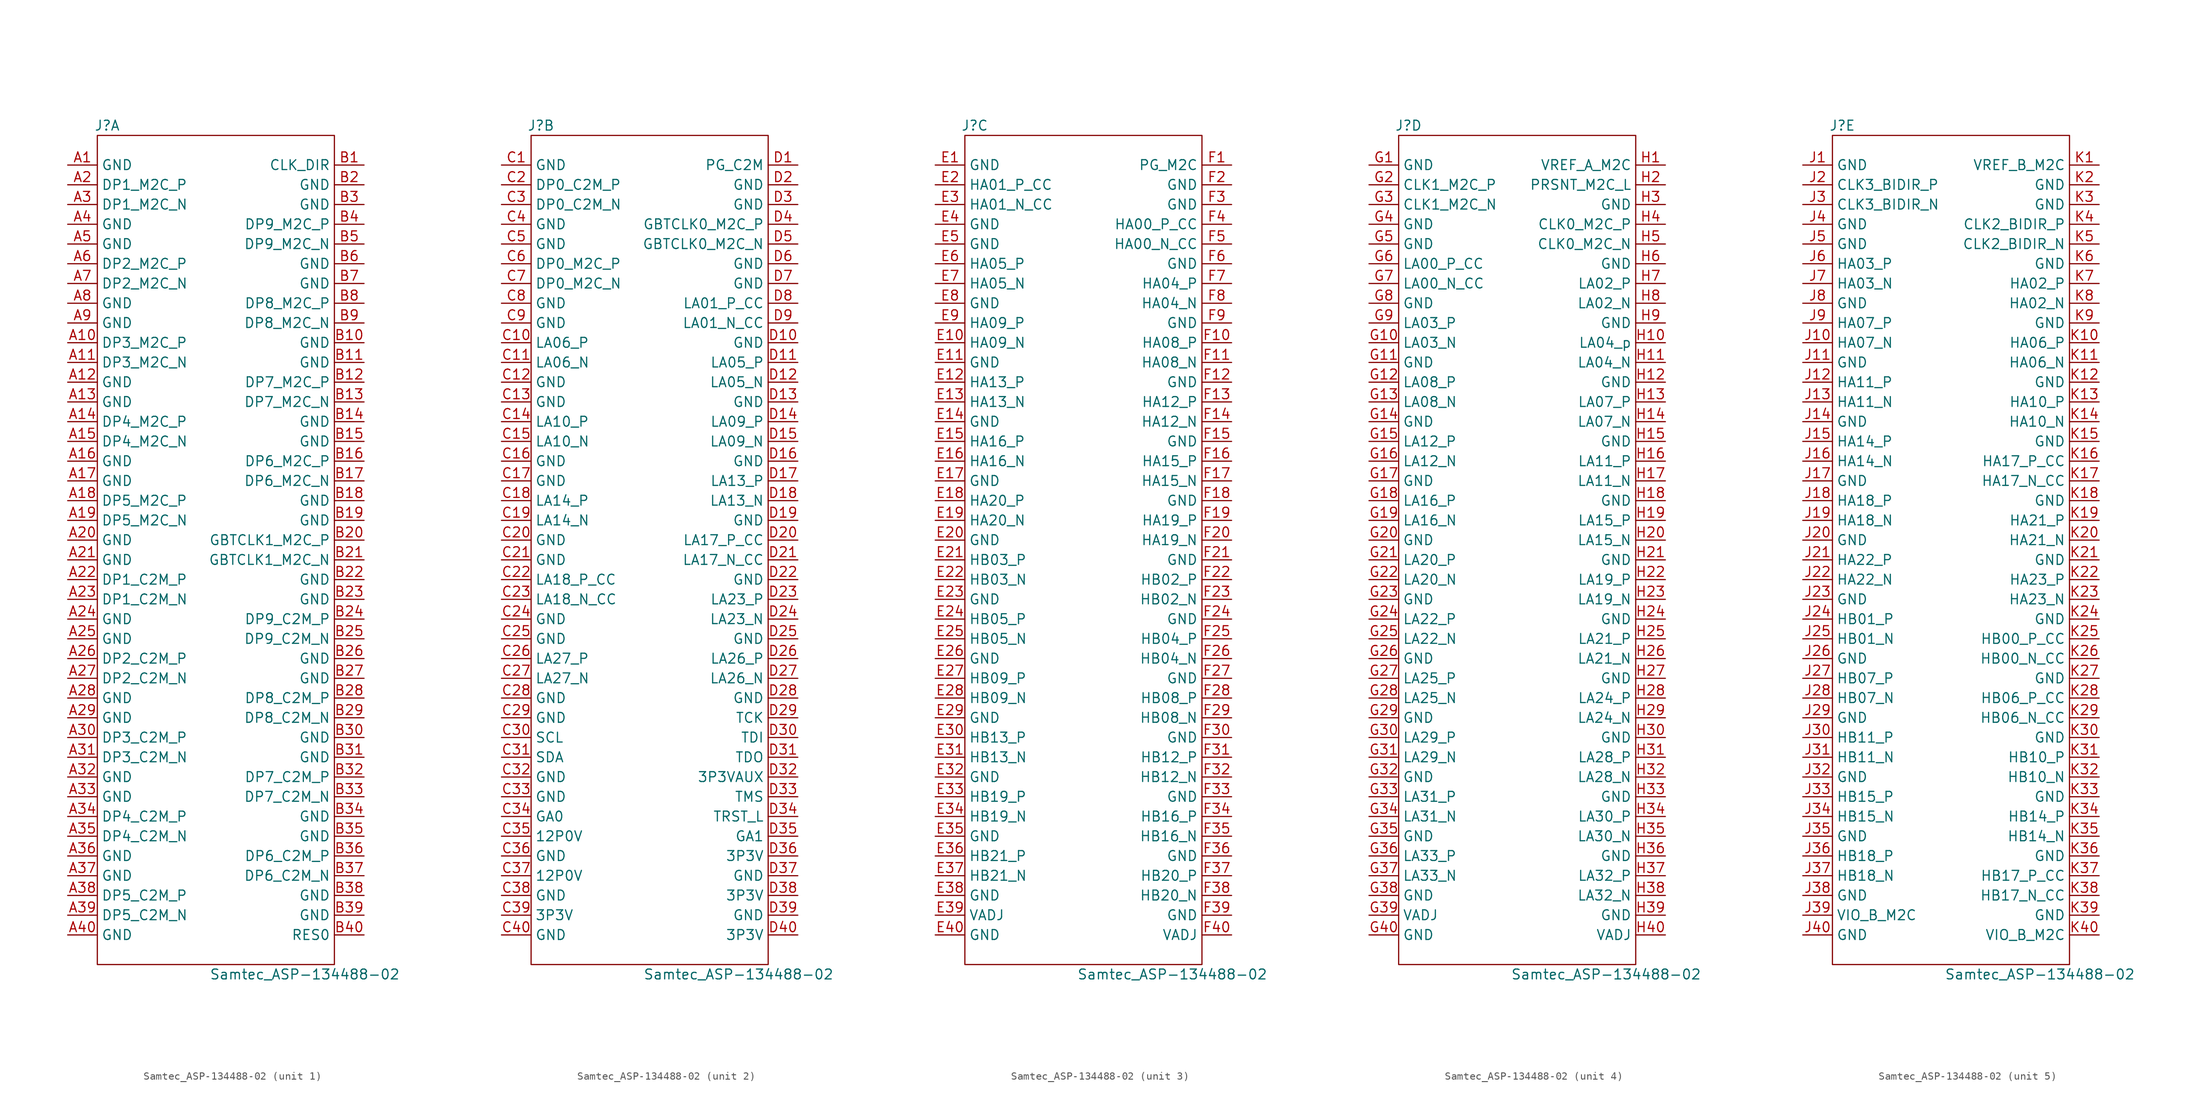
<source format=kicad_sym>
(kicad_symbol_lib
  (version 20211014)
  (generator kicad_symbol_editor)
  (symbol "Samtec_ASP-134488-02"
    (property "Reference" "J"
      (at -13.97 54.61 0)
      (effects (font (size 1.27 1.27))))
    (property "Value" "Samtec_ASP-134488-02"
      (at 11.43 -54.61 0)
      (effects (font (size 1.27 1.27))))
    (property "ki_locked" ""
      (at 0 0 0)
      (effects (font (size 1.27 1.27))))
    (symbol "Samtec_ASP-134488-02_0_1"
      (rectangle (start -15.24 53.34) (end 15.24 -53.34) (stroke (width 0) (type default) (color 0 0 0 0)) (fill (type none))))
    (symbol "Samtec_ASP-134488-02_1_1"
      (pin passive line (at -19.05 49.53 0) (length 3.81) (name "GND" (effects (font (size 1.27 1.27)))) (number "A1" (effects (font (size 1.27 1.27)))))
      (pin passive line (at -19.05 26.67 0) (length 3.81) (name "DP3_M2C_P" (effects (font (size 1.27 1.27)))) (number "A10" (effects (font (size 1.27 1.27)))))
      (pin passive line (at -19.05 24.13 0) (length 3.81) (name "DP3_M2C_N" (effects (font (size 1.27 1.27)))) (number "A11" (effects (font (size 1.27 1.27)))))
      (pin passive line (at -19.05 21.59 0) (length 3.81) (name "GND" (effects (font (size 1.27 1.27)))) (number "A12" (effects (font (size 1.27 1.27)))))
      (pin passive line (at -19.05 19.05 0) (length 3.81) (name "GND" (effects (font (size 1.27 1.27)))) (number "A13" (effects (font (size 1.27 1.27)))))
      (pin passive line (at -19.05 16.51 0) (length 3.81) (name "DP4_M2C_P" (effects (font (size 1.27 1.27)))) (number "A14" (effects (font (size 1.27 1.27)))))
      (pin passive line (at -19.05 13.97 0) (length 3.81) (name "DP4_M2C_N" (effects (font (size 1.27 1.27)))) (number "A15" (effects (font (size 1.27 1.27)))))
      (pin passive line (at -19.05 11.43 0) (length 3.81) (name "GND" (effects (font (size 1.27 1.27)))) (number "A16" (effects (font (size 1.27 1.27)))))
      (pin passive line (at -19.05 8.89 0) (length 3.81) (name "GND" (effects (font (size 1.27 1.27)))) (number "A17" (effects (font (size 1.27 1.27)))))
      (pin passive line (at -19.05 6.35 0) (length 3.81) (name "DP5_M2C_P" (effects (font (size 1.27 1.27)))) (number "A18" (effects (font (size 1.27 1.27)))))
      (pin passive line (at -19.05 3.81 0) (length 3.81) (name "DP5_M2C_N" (effects (font (size 1.27 1.27)))) (number "A19" (effects (font (size 1.27 1.27)))))
      (pin passive line (at -19.05 46.99 0) (length 3.81) (name "DP1_M2C_P" (effects (font (size 1.27 1.27)))) (number "A2" (effects (font (size 1.27 1.27)))))
      (pin passive line (at -19.05 1.27 0) (length 3.81) (name "GND" (effects (font (size 1.27 1.27)))) (number "A20" (effects (font (size 1.27 1.27)))))
      (pin passive line (at -19.05 -1.27 0) (length 3.81) (name "GND" (effects (font (size 1.27 1.27)))) (number "A21" (effects (font (size 1.27 1.27)))))
      (pin passive line (at -19.05 -3.81 0) (length 3.81) (name "DP1_C2M_P" (effects (font (size 1.27 1.27)))) (number "A22" (effects (font (size 1.27 1.27)))))
      (pin passive line (at -19.05 -6.35 0) (length 3.81) (name "DP1_C2M_N" (effects (font (size 1.27 1.27)))) (number "A23" (effects (font (size 1.27 1.27)))))
      (pin passive line (at -19.05 -8.89 0) (length 3.81) (name "GND" (effects (font (size 1.27 1.27)))) (number "A24" (effects (font (size 1.27 1.27)))))
      (pin passive line (at -19.05 -11.43 0) (length 3.81) (name "GND" (effects (font (size 1.27 1.27)))) (number "A25" (effects (font (size 1.27 1.27)))))
      (pin passive line (at -19.05 -13.97 0) (length 3.81) (name "DP2_C2M_P" (effects (font (size 1.27 1.27)))) (number "A26" (effects (font (size 1.27 1.27)))))
      (pin passive line (at -19.05 -16.51 0) (length 3.81) (name "DP2_C2M_N" (effects (font (size 1.27 1.27)))) (number "A27" (effects (font (size 1.27 1.27)))))
      (pin passive line (at -19.05 -19.05 0) (length 3.81) (name "GND" (effects (font (size 1.27 1.27)))) (number "A28" (effects (font (size 1.27 1.27)))))
      (pin passive line (at -19.05 -21.59 0) (length 3.81) (name "GND" (effects (font (size 1.27 1.27)))) (number "A29" (effects (font (size 1.27 1.27)))))
      (pin passive line (at -19.05 44.45 0) (length 3.81) (name "DP1_M2C_N" (effects (font (size 1.27 1.27)))) (number "A3" (effects (font (size 1.27 1.27)))))
      (pin passive line (at -19.05 -24.13 0) (length 3.81) (name "DP3_C2M_P" (effects (font (size 1.27 1.27)))) (number "A30" (effects (font (size 1.27 1.27)))))
      (pin passive line (at -19.05 -26.67 0) (length 3.81) (name "DP3_C2M_N" (effects (font (size 1.27 1.27)))) (number "A31" (effects (font (size 1.27 1.27)))))
      (pin passive line (at -19.05 -29.21 0) (length 3.81) (name "GND" (effects (font (size 1.27 1.27)))) (number "A32" (effects (font (size 1.27 1.27)))))
      (pin passive line (at -19.05 -31.75 0) (length 3.81) (name "GND" (effects (font (size 1.27 1.27)))) (number "A33" (effects (font (size 1.27 1.27)))))
      (pin passive line (at -19.05 -34.29 0) (length 3.81) (name "DP4_C2M_P" (effects (font (size 1.27 1.27)))) (number "A34" (effects (font (size 1.27 1.27)))))
      (pin passive line (at -19.05 -36.83 0) (length 3.81) (name "DP4_C2M_N" (effects (font (size 1.27 1.27)))) (number "A35" (effects (font (size 1.27 1.27)))))
      (pin passive line (at -19.05 -39.37 0) (length 3.81) (name "GND" (effects (font (size 1.27 1.27)))) (number "A36" (effects (font (size 1.27 1.27)))))
      (pin passive line (at -19.05 -41.91 0) (length 3.81) (name "GND" (effects (font (size 1.27 1.27)))) (number "A37" (effects (font (size 1.27 1.27)))))
      (pin passive line (at -19.05 -44.45 0) (length 3.81) (name "DP5_C2M_P" (effects (font (size 1.27 1.27)))) (number "A38" (effects (font (size 1.27 1.27)))))
      (pin passive line (at -19.05 -46.99 0) (length 3.81) (name "DP5_C2M_N" (effects (font (size 1.27 1.27)))) (number "A39" (effects (font (size 1.27 1.27)))))
      (pin passive line (at -19.05 41.91 0) (length 3.81) (name "GND" (effects (font (size 1.27 1.27)))) (number "A4" (effects (font (size 1.27 1.27)))))
      (pin passive line (at -19.05 -49.53 0) (length 3.81) (name "GND" (effects (font (size 1.27 1.27)))) (number "A40" (effects (font (size 1.27 1.27)))))
      (pin passive line (at -19.05 39.37 0) (length 3.81) (name "GND" (effects (font (size 1.27 1.27)))) (number "A5" (effects (font (size 1.27 1.27)))))
      (pin passive line (at -19.05 36.83 0) (length 3.81) (name "DP2_M2C_P" (effects (font (size 1.27 1.27)))) (number "A6" (effects (font (size 1.27 1.27)))))
      (pin passive line (at -19.05 34.29 0) (length 3.81) (name "DP2_M2C_N" (effects (font (size 1.27 1.27)))) (number "A7" (effects (font (size 1.27 1.27)))))
      (pin passive line (at -19.05 31.75 0) (length 3.81) (name "GND" (effects (font (size 1.27 1.27)))) (number "A8" (effects (font (size 1.27 1.27)))))
      (pin passive line (at -19.05 29.21 0) (length 3.81) (name "GND" (effects (font (size 1.27 1.27)))) (number "A9" (effects (font (size 1.27 1.27)))))
      (pin passive line (at 19.05 49.53 180) (length 3.81) (name "CLK_DIR" (effects (font (size 1.27 1.27)))) (number "B1" (effects (font (size 1.27 1.27)))))
      (pin passive line (at 19.05 26.67 180) (length 3.81) (name "GND" (effects (font (size 1.27 1.27)))) (number "B10" (effects (font (size 1.27 1.27)))))
      (pin passive line (at 19.05 24.13 180) (length 3.81) (name "GND" (effects (font (size 1.27 1.27)))) (number "B11" (effects (font (size 1.27 1.27)))))
      (pin passive line (at 19.05 21.59 180) (length 3.81) (name "DP7_M2C_P" (effects (font (size 1.27 1.27)))) (number "B12" (effects (font (size 1.27 1.27)))))
      (pin passive line (at 19.05 19.05 180) (length 3.81) (name "DP7_M2C_N" (effects (font (size 1.27 1.27)))) (number "B13" (effects (font (size 1.27 1.27)))))
      (pin passive line (at 19.05 16.51 180) (length 3.81) (name "GND" (effects (font (size 1.27 1.27)))) (number "B14" (effects (font (size 1.27 1.27)))))
      (pin passive line (at 19.05 13.97 180) (length 3.81) (name "GND" (effects (font (size 1.27 1.27)))) (number "B15" (effects (font (size 1.27 1.27)))))
      (pin passive line (at 19.05 11.43 180) (length 3.81) (name "DP6_M2C_P" (effects (font (size 1.27 1.27)))) (number "B16" (effects (font (size 1.27 1.27)))))
      (pin passive line (at 19.05 8.89 180) (length 3.81) (name "DP6_M2C_N" (effects (font (size 1.27 1.27)))) (number "B17" (effects (font (size 1.27 1.27)))))
      (pin passive line (at 19.05 6.35 180) (length 3.81) (name "GND" (effects (font (size 1.27 1.27)))) (number "B18" (effects (font (size 1.27 1.27)))))
      (pin passive line (at 19.05 3.81 180) (length 3.81) (name "GND" (effects (font (size 1.27 1.27)))) (number "B19" (effects (font (size 1.27 1.27)))))
      (pin passive line (at 19.05 46.99 180) (length 3.81) (name "GND" (effects (font (size 1.27 1.27)))) (number "B2" (effects (font (size 1.27 1.27)))))
      (pin passive line (at 19.05 1.27 180) (length 3.81) (name "GBTCLK1_M2C_P" (effects (font (size 1.27 1.27)))) (number "B20" (effects (font (size 1.27 1.27)))))
      (pin passive line (at 19.05 -1.27 180) (length 3.81) (name "GBTCLK1_M2C_N" (effects (font (size 1.27 1.27)))) (number "B21" (effects (font (size 1.27 1.27)))))
      (pin passive line (at 19.05 -3.81 180) (length 3.81) (name "GND" (effects (font (size 1.27 1.27)))) (number "B22" (effects (font (size 1.27 1.27)))))
      (pin passive line (at 19.05 -6.35 180) (length 3.81) (name "GND" (effects (font (size 1.27 1.27)))) (number "B23" (effects (font (size 1.27 1.27)))))
      (pin passive line (at 19.05 -8.89 180) (length 3.81) (name "DP9_C2M_P" (effects (font (size 1.27 1.27)))) (number "B24" (effects (font (size 1.27 1.27)))))
      (pin passive line (at 19.05 -11.43 180) (length 3.81) (name "DP9_C2M_N" (effects (font (size 1.27 1.27)))) (number "B25" (effects (font (size 1.27 1.27)))))
      (pin passive line (at 19.05 -13.97 180) (length 3.81) (name "GND" (effects (font (size 1.27 1.27)))) (number "B26" (effects (font (size 1.27 1.27)))))
      (pin passive line (at 19.05 -16.51 180) (length 3.81) (name "GND" (effects (font (size 1.27 1.27)))) (number "B27" (effects (font (size 1.27 1.27)))))
      (pin passive line (at 19.05 -19.05 180) (length 3.81) (name "DP8_C2M_P" (effects (font (size 1.27 1.27)))) (number "B28" (effects (font (size 1.27 1.27)))))
      (pin passive line (at 19.05 -21.59 180) (length 3.81) (name "DP8_C2M_N" (effects (font (size 1.27 1.27)))) (number "B29" (effects (font (size 1.27 1.27)))))
      (pin passive line (at 19.05 44.45 180) (length 3.81) (name "GND" (effects (font (size 1.27 1.27)))) (number "B3" (effects (font (size 1.27 1.27)))))
      (pin passive line (at 19.05 -24.13 180) (length 3.81) (name "GND" (effects (font (size 1.27 1.27)))) (number "B30" (effects (font (size 1.27 1.27)))))
      (pin passive line (at 19.05 -26.67 180) (length 3.81) (name "GND" (effects (font (size 1.27 1.27)))) (number "B31" (effects (font (size 1.27 1.27)))))
      (pin passive line (at 19.05 -29.21 180) (length 3.81) (name "DP7_C2M_P" (effects (font (size 1.27 1.27)))) (number "B32" (effects (font (size 1.27 1.27)))))
      (pin passive line (at 19.05 -31.75 180) (length 3.81) (name "DP7_C2M_N" (effects (font (size 1.27 1.27)))) (number "B33" (effects (font (size 1.27 1.27)))))
      (pin passive line (at 19.05 -34.29 180) (length 3.81) (name "GND" (effects (font (size 1.27 1.27)))) (number "B34" (effects (font (size 1.27 1.27)))))
      (pin passive line (at 19.05 -36.83 180) (length 3.81) (name "GND" (effects (font (size 1.27 1.27)))) (number "B35" (effects (font (size 1.27 1.27)))))
      (pin passive line (at 19.05 -39.37 180) (length 3.81) (name "DP6_C2M_P" (effects (font (size 1.27 1.27)))) (number "B36" (effects (font (size 1.27 1.27)))))
      (pin passive line (at 19.05 -41.91 180) (length 3.81) (name "DP6_C2M_N" (effects (font (size 1.27 1.27)))) (number "B37" (effects (font (size 1.27 1.27)))))
      (pin passive line (at 19.05 -44.45 180) (length 3.81) (name "GND" (effects (font (size 1.27 1.27)))) (number "B38" (effects (font (size 1.27 1.27)))))
      (pin passive line (at 19.05 -46.99 180) (length 3.81) (name "GND" (effects (font (size 1.27 1.27)))) (number "B39" (effects (font (size 1.27 1.27)))))
      (pin passive line (at 19.05 41.91 180) (length 3.81) (name "DP9_M2C_P" (effects (font (size 1.27 1.27)))) (number "B4" (effects (font (size 1.27 1.27)))))
      (pin passive line (at 19.05 -49.53 180) (length 3.81) (name "RES0" (effects (font (size 1.27 1.27)))) (number "B40" (effects (font (size 1.27 1.27)))))
      (pin passive line (at 19.05 39.37 180) (length 3.81) (name "DP9_M2C_N" (effects (font (size 1.27 1.27)))) (number "B5" (effects (font (size 1.27 1.27)))))
      (pin passive line (at 19.05 36.83 180) (length 3.81) (name "GND" (effects (font (size 1.27 1.27)))) (number "B6" (effects (font (size 1.27 1.27)))))
      (pin passive line (at 19.05 34.29 180) (length 3.81) (name "GND" (effects (font (size 1.27 1.27)))) (number "B7" (effects (font (size 1.27 1.27)))))
      (pin passive line (at 19.05 31.75 180) (length 3.81) (name "DP8_M2C_P" (effects (font (size 1.27 1.27)))) (number "B8" (effects (font (size 1.27 1.27)))))
      (pin passive line (at 19.05 29.21 180) (length 3.81) (name "DP8_M2C_N" (effects (font (size 1.27 1.27)))) (number "B9" (effects (font (size 1.27 1.27))))))
    (symbol "Samtec_ASP-134488-02_2_1"
      (pin passive line (at -19.05 49.53 0) (length 3.81) (name "GND" (effects (font (size 1.27 1.27)))) (number "C1" (effects (font (size 1.27 1.27)))))
      (pin passive line (at -19.05 26.67 0) (length 3.81) (name "LA06_P" (effects (font (size 1.27 1.27)))) (number "C10" (effects (font (size 1.27 1.27)))))
      (pin passive line (at -19.05 24.13 0) (length 3.81) (name "LA06_N" (effects (font (size 1.27 1.27)))) (number "C11" (effects (font (size 1.27 1.27)))))
      (pin passive line (at -19.05 21.59 0) (length 3.81) (name "GND" (effects (font (size 1.27 1.27)))) (number "C12" (effects (font (size 1.27 1.27)))))
      (pin passive line (at -19.05 19.05 0) (length 3.81) (name "GND" (effects (font (size 1.27 1.27)))) (number "C13" (effects (font (size 1.27 1.27)))))
      (pin passive line (at -19.05 16.51 0) (length 3.81) (name "LA10_P" (effects (font (size 1.27 1.27)))) (number "C14" (effects (font (size 1.27 1.27)))))
      (pin passive line (at -19.05 13.97 0) (length 3.81) (name "LA10_N" (effects (font (size 1.27 1.27)))) (number "C15" (effects (font (size 1.27 1.27)))))
      (pin passive line (at -19.05 11.43 0) (length 3.81) (name "GND" (effects (font (size 1.27 1.27)))) (number "C16" (effects (font (size 1.27 1.27)))))
      (pin passive line (at -19.05 8.89 0) (length 3.81) (name "GND" (effects (font (size 1.27 1.27)))) (number "C17" (effects (font (size 1.27 1.27)))))
      (pin passive line (at -19.05 6.35 0) (length 3.81) (name "LA14_P" (effects (font (size 1.27 1.27)))) (number "C18" (effects (font (size 1.27 1.27)))))
      (pin passive line (at -19.05 3.81 0) (length 3.81) (name "LA14_N" (effects (font (size 1.27 1.27)))) (number "C19" (effects (font (size 1.27 1.27)))))
      (pin passive line (at -19.05 46.99 0) (length 3.81) (name "DP0_C2M_P" (effects (font (size 1.27 1.27)))) (number "C2" (effects (font (size 1.27 1.27)))))
      (pin passive line (at -19.05 1.27 0) (length 3.81) (name "GND" (effects (font (size 1.27 1.27)))) (number "C20" (effects (font (size 1.27 1.27)))))
      (pin passive line (at -19.05 -1.27 0) (length 3.81) (name "GND" (effects (font (size 1.27 1.27)))) (number "C21" (effects (font (size 1.27 1.27)))))
      (pin passive line (at -19.05 -3.81 0) (length 3.81) (name "LA18_P_CC" (effects (font (size 1.27 1.27)))) (number "C22" (effects (font (size 1.27 1.27)))))
      (pin passive line (at -19.05 -6.35 0) (length 3.81) (name "LA18_N_CC" (effects (font (size 1.27 1.27)))) (number "C23" (effects (font (size 1.27 1.27)))))
      (pin passive line (at -19.05 -8.89 0) (length 3.81) (name "GND" (effects (font (size 1.27 1.27)))) (number "C24" (effects (font (size 1.27 1.27)))))
      (pin passive line (at -19.05 -11.43 0) (length 3.81) (name "GND" (effects (font (size 1.27 1.27)))) (number "C25" (effects (font (size 1.27 1.27)))))
      (pin passive line (at -19.05 -13.97 0) (length 3.81) (name "LA27_P" (effects (font (size 1.27 1.27)))) (number "C26" (effects (font (size 1.27 1.27)))))
      (pin passive line (at -19.05 -16.51 0) (length 3.81) (name "LA27_N" (effects (font (size 1.27 1.27)))) (number "C27" (effects (font (size 1.27 1.27)))))
      (pin passive line (at -19.05 -19.05 0) (length 3.81) (name "GND" (effects (font (size 1.27 1.27)))) (number "C28" (effects (font (size 1.27 1.27)))))
      (pin passive line (at -19.05 -21.59 0) (length 3.81) (name "GND" (effects (font (size 1.27 1.27)))) (number "C29" (effects (font (size 1.27 1.27)))))
      (pin passive line (at -19.05 44.45 0) (length 3.81) (name "DP0_C2M_N" (effects (font (size 1.27 1.27)))) (number "C3" (effects (font (size 1.27 1.27)))))
      (pin passive line (at -19.05 -24.13 0) (length 3.81) (name "SCL" (effects (font (size 1.27 1.27)))) (number "C30" (effects (font (size 1.27 1.27)))))
      (pin passive line (at -19.05 -26.67 0) (length 3.81) (name "SDA" (effects (font (size 1.27 1.27)))) (number "C31" (effects (font (size 1.27 1.27)))))
      (pin passive line (at -19.05 -29.21 0) (length 3.81) (name "GND" (effects (font (size 1.27 1.27)))) (number "C32" (effects (font (size 1.27 1.27)))))
      (pin passive line (at -19.05 -31.75 0) (length 3.81) (name "GND" (effects (font (size 1.27 1.27)))) (number "C33" (effects (font (size 1.27 1.27)))))
      (pin passive line (at -19.05 -34.29 0) (length 3.81) (name "GA0" (effects (font (size 1.27 1.27)))) (number "C34" (effects (font (size 1.27 1.27)))))
      (pin passive line (at -19.05 -36.83 0) (length 3.81) (name "12P0V" (effects (font (size 1.27 1.27)))) (number "C35" (effects (font (size 1.27 1.27)))))
      (pin passive line (at -19.05 -39.37 0) (length 3.81) (name "GND" (effects (font (size 1.27 1.27)))) (number "C36" (effects (font (size 1.27 1.27)))))
      (pin passive line (at -19.05 -41.91 0) (length 3.81) (name "12P0V" (effects (font (size 1.27 1.27)))) (number "C37" (effects (font (size 1.27 1.27)))))
      (pin passive line (at -19.05 -44.45 0) (length 3.81) (name "GND" (effects (font (size 1.27 1.27)))) (number "C38" (effects (font (size 1.27 1.27)))))
      (pin passive line (at -19.05 -46.99 0) (length 3.81) (name "3P3V" (effects (font (size 1.27 1.27)))) (number "C39" (effects (font (size 1.27 1.27)))))
      (pin passive line (at -19.05 41.91 0) (length 3.81) (name "GND" (effects (font (size 1.27 1.27)))) (number "C4" (effects (font (size 1.27 1.27)))))
      (pin passive line (at -19.05 -49.53 0) (length 3.81) (name "GND" (effects (font (size 1.27 1.27)))) (number "C40" (effects (font (size 1.27 1.27)))))
      (pin passive line (at -19.05 39.37 0) (length 3.81) (name "GND" (effects (font (size 1.27 1.27)))) (number "C5" (effects (font (size 1.27 1.27)))))
      (pin passive line (at -19.05 36.83 0) (length 3.81) (name "DP0_M2C_P" (effects (font (size 1.27 1.27)))) (number "C6" (effects (font (size 1.27 1.27)))))
      (pin passive line (at -19.05 34.29 0) (length 3.81) (name "DP0_M2C_N" (effects (font (size 1.27 1.27)))) (number "C7" (effects (font (size 1.27 1.27)))))
      (pin passive line (at -19.05 31.75 0) (length 3.81) (name "GND" (effects (font (size 1.27 1.27)))) (number "C8" (effects (font (size 1.27 1.27)))))
      (pin passive line (at -19.05 29.21 0) (length 3.81) (name "GND" (effects (font (size 1.27 1.27)))) (number "C9" (effects (font (size 1.27 1.27)))))
      (pin passive line (at 19.05 49.53 180) (length 3.81) (name "PG_C2M" (effects (font (size 1.27 1.27)))) (number "D1" (effects (font (size 1.27 1.27)))))
      (pin passive line (at 19.05 26.67 180) (length 3.81) (name "GND" (effects (font (size 1.27 1.27)))) (number "D10" (effects (font (size 1.27 1.27)))))
      (pin passive line (at 19.05 24.13 180) (length 3.81) (name "LA05_P" (effects (font (size 1.27 1.27)))) (number "D11" (effects (font (size 1.27 1.27)))))
      (pin passive line (at 19.05 21.59 180) (length 3.81) (name "LA05_N" (effects (font (size 1.27 1.27)))) (number "D12" (effects (font (size 1.27 1.27)))))
      (pin passive line (at 19.05 19.05 180) (length 3.81) (name "GND" (effects (font (size 1.27 1.27)))) (number "D13" (effects (font (size 1.27 1.27)))))
      (pin passive line (at 19.05 16.51 180) (length 3.81) (name "LA09_P" (effects (font (size 1.27 1.27)))) (number "D14" (effects (font (size 1.27 1.27)))))
      (pin passive line (at 19.05 13.97 180) (length 3.81) (name "LA09_N" (effects (font (size 1.27 1.27)))) (number "D15" (effects (font (size 1.27 1.27)))))
      (pin passive line (at 19.05 11.43 180) (length 3.81) (name "GND" (effects (font (size 1.27 1.27)))) (number "D16" (effects (font (size 1.27 1.27)))))
      (pin passive line (at 19.05 8.89 180) (length 3.81) (name "LA13_P" (effects (font (size 1.27 1.27)))) (number "D17" (effects (font (size 1.27 1.27)))))
      (pin passive line (at 19.05 6.35 180) (length 3.81) (name "LA13_N" (effects (font (size 1.27 1.27)))) (number "D18" (effects (font (size 1.27 1.27)))))
      (pin passive line (at 19.05 3.81 180) (length 3.81) (name "GND" (effects (font (size 1.27 1.27)))) (number "D19" (effects (font (size 1.27 1.27)))))
      (pin passive line (at 19.05 46.99 180) (length 3.81) (name "GND" (effects (font (size 1.27 1.27)))) (number "D2" (effects (font (size 1.27 1.27)))))
      (pin passive line (at 19.05 1.27 180) (length 3.81) (name "LA17_P_CC" (effects (font (size 1.27 1.27)))) (number "D20" (effects (font (size 1.27 1.27)))))
      (pin passive line (at 19.05 -1.27 180) (length 3.81) (name "LA17_N_CC" (effects (font (size 1.27 1.27)))) (number "D21" (effects (font (size 1.27 1.27)))))
      (pin passive line (at 19.05 -3.81 180) (length 3.81) (name "GND" (effects (font (size 1.27 1.27)))) (number "D22" (effects (font (size 1.27 1.27)))))
      (pin passive line (at 19.05 -6.35 180) (length 3.81) (name "LA23_P" (effects (font (size 1.27 1.27)))) (number "D23" (effects (font (size 1.27 1.27)))))
      (pin passive line (at 19.05 -8.89 180) (length 3.81) (name "LA23_N" (effects (font (size 1.27 1.27)))) (number "D24" (effects (font (size 1.27 1.27)))))
      (pin passive line (at 19.05 -11.43 180) (length 3.81) (name "GND" (effects (font (size 1.27 1.27)))) (number "D25" (effects (font (size 1.27 1.27)))))
      (pin passive line (at 19.05 -13.97 180) (length 3.81) (name "LA26_P" (effects (font (size 1.27 1.27)))) (number "D26" (effects (font (size 1.27 1.27)))))
      (pin passive line (at 19.05 -16.51 180) (length 3.81) (name "LA26_N" (effects (font (size 1.27 1.27)))) (number "D27" (effects (font (size 1.27 1.27)))))
      (pin passive line (at 19.05 -19.05 180) (length 3.81) (name "GND" (effects (font (size 1.27 1.27)))) (number "D28" (effects (font (size 1.27 1.27)))))
      (pin passive line (at 19.05 -21.59 180) (length 3.81) (name "TCK" (effects (font (size 1.27 1.27)))) (number "D29" (effects (font (size 1.27 1.27)))))
      (pin passive line (at 19.05 44.45 180) (length 3.81) (name "GND" (effects (font (size 1.27 1.27)))) (number "D3" (effects (font (size 1.27 1.27)))))
      (pin passive line (at 19.05 -24.13 180) (length 3.81) (name "TDI" (effects (font (size 1.27 1.27)))) (number "D30" (effects (font (size 1.27 1.27)))))
      (pin passive line (at 19.05 -26.67 180) (length 3.81) (name "TDO" (effects (font (size 1.27 1.27)))) (number "D31" (effects (font (size 1.27 1.27)))))
      (pin passive line (at 19.05 -29.21 180) (length 3.81) (name "3P3VAUX" (effects (font (size 1.27 1.27)))) (number "D32" (effects (font (size 1.27 1.27)))))
      (pin passive line (at 19.05 -31.75 180) (length 3.81) (name "TMS" (effects (font (size 1.27 1.27)))) (number "D33" (effects (font (size 1.27 1.27)))))
      (pin passive line (at 19.05 -34.29 180) (length 3.81) (name "TRST_L" (effects (font (size 1.27 1.27)))) (number "D34" (effects (font (size 1.27 1.27)))))
      (pin passive line (at 19.05 -36.83 180) (length 3.81) (name "GA1" (effects (font (size 1.27 1.27)))) (number "D35" (effects (font (size 1.27 1.27)))))
      (pin passive line (at 19.05 -39.37 180) (length 3.81) (name "3P3V" (effects (font (size 1.27 1.27)))) (number "D36" (effects (font (size 1.27 1.27)))))
      (pin passive line (at 19.05 -41.91 180) (length 3.81) (name "GND" (effects (font (size 1.27 1.27)))) (number "D37" (effects (font (size 1.27 1.27)))))
      (pin passive line (at 19.05 -44.45 180) (length 3.81) (name "3P3V" (effects (font (size 1.27 1.27)))) (number "D38" (effects (font (size 1.27 1.27)))))
      (pin passive line (at 19.05 -46.99 180) (length 3.81) (name "GND" (effects (font (size 1.27 1.27)))) (number "D39" (effects (font (size 1.27 1.27)))))
      (pin passive line (at 19.05 41.91 180) (length 3.81) (name "GBTCLK0_M2C_P" (effects (font (size 1.27 1.27)))) (number "D4" (effects (font (size 1.27 1.27)))))
      (pin passive line (at 19.05 -49.53 180) (length 3.81) (name "3P3V" (effects (font (size 1.27 1.27)))) (number "D40" (effects (font (size 1.27 1.27)))))
      (pin passive line (at 19.05 39.37 180) (length 3.81) (name "GBTCLK0_M2C_N" (effects (font (size 1.27 1.27)))) (number "D5" (effects (font (size 1.27 1.27)))))
      (pin passive line (at 19.05 36.83 180) (length 3.81) (name "GND" (effects (font (size 1.27 1.27)))) (number "D6" (effects (font (size 1.27 1.27)))))
      (pin passive line (at 19.05 34.29 180) (length 3.81) (name "GND" (effects (font (size 1.27 1.27)))) (number "D7" (effects (font (size 1.27 1.27)))))
      (pin passive line (at 19.05 31.75 180) (length 3.81) (name "LA01_P_CC" (effects (font (size 1.27 1.27)))) (number "D8" (effects (font (size 1.27 1.27)))))
      (pin passive line (at 19.05 29.21 180) (length 3.81) (name "LA01_N_CC" (effects (font (size 1.27 1.27)))) (number "D9" (effects (font (size 1.27 1.27))))))
    (symbol "Samtec_ASP-134488-02_3_1"
      (pin passive line (at -19.05 49.53 0) (length 3.81) (name "GND" (effects (font (size 1.27 1.27)))) (number "E1" (effects (font (size 1.27 1.27)))))
      (pin passive line (at -19.05 26.67 0) (length 3.81) (name "HA09_N" (effects (font (size 1.27 1.27)))) (number "E10" (effects (font (size 1.27 1.27)))))
      (pin passive line (at -19.05 24.13 0) (length 3.81) (name "GND" (effects (font (size 1.27 1.27)))) (number "E11" (effects (font (size 1.27 1.27)))))
      (pin passive line (at -19.05 21.59 0) (length 3.81) (name "HA13_P" (effects (font (size 1.27 1.27)))) (number "E12" (effects (font (size 1.27 1.27)))))
      (pin passive line (at -19.05 19.05 0) (length 3.81) (name "HA13_N" (effects (font (size 1.27 1.27)))) (number "E13" (effects (font (size 1.27 1.27)))))
      (pin passive line (at -19.05 16.51 0) (length 3.81) (name "GND" (effects (font (size 1.27 1.27)))) (number "E14" (effects (font (size 1.27 1.27)))))
      (pin passive line (at -19.05 13.97 0) (length 3.81) (name "HA16_P" (effects (font (size 1.27 1.27)))) (number "E15" (effects (font (size 1.27 1.27)))))
      (pin passive line (at -19.05 11.43 0) (length 3.81) (name "HA16_N" (effects (font (size 1.27 1.27)))) (number "E16" (effects (font (size 1.27 1.27)))))
      (pin passive line (at -19.05 8.89 0) (length 3.81) (name "GND" (effects (font (size 1.27 1.27)))) (number "E17" (effects (font (size 1.27 1.27)))))
      (pin passive line (at -19.05 6.35 0) (length 3.81) (name "HA20_P" (effects (font (size 1.27 1.27)))) (number "E18" (effects (font (size 1.27 1.27)))))
      (pin passive line (at -19.05 3.81 0) (length 3.81) (name "HA20_N" (effects (font (size 1.27 1.27)))) (number "E19" (effects (font (size 1.27 1.27)))))
      (pin passive line (at -19.05 46.99 0) (length 3.81) (name "HA01_P_CC" (effects (font (size 1.27 1.27)))) (number "E2" (effects (font (size 1.27 1.27)))))
      (pin passive line (at -19.05 1.27 0) (length 3.81) (name "GND" (effects (font (size 1.27 1.27)))) (number "E20" (effects (font (size 1.27 1.27)))))
      (pin passive line (at -19.05 -1.27 0) (length 3.81) (name "HB03_P" (effects (font (size 1.27 1.27)))) (number "E21" (effects (font (size 1.27 1.27)))))
      (pin passive line (at -19.05 -3.81 0) (length 3.81) (name "HB03_N" (effects (font (size 1.27 1.27)))) (number "E22" (effects (font (size 1.27 1.27)))))
      (pin passive line (at -19.05 -6.35 0) (length 3.81) (name "GND" (effects (font (size 1.27 1.27)))) (number "E23" (effects (font (size 1.27 1.27)))))
      (pin passive line (at -19.05 -8.89 0) (length 3.81) (name "HB05_P" (effects (font (size 1.27 1.27)))) (number "E24" (effects (font (size 1.27 1.27)))))
      (pin passive line (at -19.05 -11.43 0) (length 3.81) (name "HB05_N" (effects (font (size 1.27 1.27)))) (number "E25" (effects (font (size 1.27 1.27)))))
      (pin passive line (at -19.05 -13.97 0) (length 3.81) (name "GND" (effects (font (size 1.27 1.27)))) (number "E26" (effects (font (size 1.27 1.27)))))
      (pin passive line (at -19.05 -16.51 0) (length 3.81) (name "HB09_P" (effects (font (size 1.27 1.27)))) (number "E27" (effects (font (size 1.27 1.27)))))
      (pin passive line (at -19.05 -19.05 0) (length 3.81) (name "HB09_N" (effects (font (size 1.27 1.27)))) (number "E28" (effects (font (size 1.27 1.27)))))
      (pin passive line (at -19.05 -21.59 0) (length 3.81) (name "GND" (effects (font (size 1.27 1.27)))) (number "E29" (effects (font (size 1.27 1.27)))))
      (pin passive line (at -19.05 44.45 0) (length 3.81) (name "HA01_N_CC" (effects (font (size 1.27 1.27)))) (number "E3" (effects (font (size 1.27 1.27)))))
      (pin passive line (at -19.05 -24.13 0) (length 3.81) (name "HB13_P" (effects (font (size 1.27 1.27)))) (number "E30" (effects (font (size 1.27 1.27)))))
      (pin passive line (at -19.05 -26.67 0) (length 3.81) (name "HB13_N" (effects (font (size 1.27 1.27)))) (number "E31" (effects (font (size 1.27 1.27)))))
      (pin passive line (at -19.05 -29.21 0) (length 3.81) (name "GND" (effects (font (size 1.27 1.27)))) (number "E32" (effects (font (size 1.27 1.27)))))
      (pin passive line (at -19.05 -31.75 0) (length 3.81) (name "HB19_P" (effects (font (size 1.27 1.27)))) (number "E33" (effects (font (size 1.27 1.27)))))
      (pin passive line (at -19.05 -34.29 0) (length 3.81) (name "HB19_N" (effects (font (size 1.27 1.27)))) (number "E34" (effects (font (size 1.27 1.27)))))
      (pin passive line (at -19.05 -36.83 0) (length 3.81) (name "GND" (effects (font (size 1.27 1.27)))) (number "E35" (effects (font (size 1.27 1.27)))))
      (pin passive line (at -19.05 -39.37 0) (length 3.81) (name "HB21_P" (effects (font (size 1.27 1.27)))) (number "E36" (effects (font (size 1.27 1.27)))))
      (pin passive line (at -19.05 -41.91 0) (length 3.81) (name "HB21_N" (effects (font (size 1.27 1.27)))) (number "E37" (effects (font (size 1.27 1.27)))))
      (pin passive line (at -19.05 -44.45 0) (length 3.81) (name "GND" (effects (font (size 1.27 1.27)))) (number "E38" (effects (font (size 1.27 1.27)))))
      (pin passive line (at -19.05 -46.99 0) (length 3.81) (name "VADJ" (effects (font (size 1.27 1.27)))) (number "E39" (effects (font (size 1.27 1.27)))))
      (pin passive line (at -19.05 41.91 0) (length 3.81) (name "GND" (effects (font (size 1.27 1.27)))) (number "E4" (effects (font (size 1.27 1.27)))))
      (pin passive line (at -19.05 -49.53 0) (length 3.81) (name "GND" (effects (font (size 1.27 1.27)))) (number "E40" (effects (font (size 1.27 1.27)))))
      (pin passive line (at -19.05 39.37 0) (length 3.81) (name "GND" (effects (font (size 1.27 1.27)))) (number "E5" (effects (font (size 1.27 1.27)))))
      (pin passive line (at -19.05 36.83 0) (length 3.81) (name "HA05_P" (effects (font (size 1.27 1.27)))) (number "E6" (effects (font (size 1.27 1.27)))))
      (pin passive line (at -19.05 34.29 0) (length 3.81) (name "HA05_N" (effects (font (size 1.27 1.27)))) (number "E7" (effects (font (size 1.27 1.27)))))
      (pin passive line (at -19.05 31.75 0) (length 3.81) (name "GND" (effects (font (size 1.27 1.27)))) (number "E8" (effects (font (size 1.27 1.27)))))
      (pin passive line (at -19.05 29.21 0) (length 3.81) (name "HA09_P" (effects (font (size 1.27 1.27)))) (number "E9" (effects (font (size 1.27 1.27)))))
      (pin passive line (at 19.05 49.53 180) (length 3.81) (name "PG_M2C" (effects (font (size 1.27 1.27)))) (number "F1" (effects (font (size 1.27 1.27)))))
      (pin passive line (at 19.05 26.67 180) (length 3.81) (name "HA08_P" (effects (font (size 1.27 1.27)))) (number "F10" (effects (font (size 1.27 1.27)))))
      (pin passive line (at 19.05 24.13 180) (length 3.81) (name "HA08_N" (effects (font (size 1.27 1.27)))) (number "F11" (effects (font (size 1.27 1.27)))))
      (pin passive line (at 19.05 21.59 180) (length 3.81) (name "GND" (effects (font (size 1.27 1.27)))) (number "F12" (effects (font (size 1.27 1.27)))))
      (pin passive line (at 19.05 19.05 180) (length 3.81) (name "HA12_P" (effects (font (size 1.27 1.27)))) (number "F13" (effects (font (size 1.27 1.27)))))
      (pin passive line (at 19.05 16.51 180) (length 3.81) (name "HA12_N" (effects (font (size 1.27 1.27)))) (number "F14" (effects (font (size 1.27 1.27)))))
      (pin passive line (at 19.05 13.97 180) (length 3.81) (name "GND" (effects (font (size 1.27 1.27)))) (number "F15" (effects (font (size 1.27 1.27)))))
      (pin passive line (at 19.05 11.43 180) (length 3.81) (name "HA15_P" (effects (font (size 1.27 1.27)))) (number "F16" (effects (font (size 1.27 1.27)))))
      (pin passive line (at 19.05 8.89 180) (length 3.81) (name "HA15_N" (effects (font (size 1.27 1.27)))) (number "F17" (effects (font (size 1.27 1.27)))))
      (pin passive line (at 19.05 6.35 180) (length 3.81) (name "GND" (effects (font (size 1.27 1.27)))) (number "F18" (effects (font (size 1.27 1.27)))))
      (pin passive line (at 19.05 3.81 180) (length 3.81) (name "HA19_P" (effects (font (size 1.27 1.27)))) (number "F19" (effects (font (size 1.27 1.27)))))
      (pin passive line (at 19.05 46.99 180) (length 3.81) (name "GND" (effects (font (size 1.27 1.27)))) (number "F2" (effects (font (size 1.27 1.27)))))
      (pin passive line (at 19.05 1.27 180) (length 3.81) (name "HA19_N" (effects (font (size 1.27 1.27)))) (number "F20" (effects (font (size 1.27 1.27)))))
      (pin passive line (at 19.05 -1.27 180) (length 3.81) (name "GND" (effects (font (size 1.27 1.27)))) (number "F21" (effects (font (size 1.27 1.27)))))
      (pin passive line (at 19.05 -3.81 180) (length 3.81) (name "HB02_P" (effects (font (size 1.27 1.27)))) (number "F22" (effects (font (size 1.27 1.27)))))
      (pin passive line (at 19.05 -6.35 180) (length 3.81) (name "HB02_N" (effects (font (size 1.27 1.27)))) (number "F23" (effects (font (size 1.27 1.27)))))
      (pin passive line (at 19.05 -8.89 180) (length 3.81) (name "GND" (effects (font (size 1.27 1.27)))) (number "F24" (effects (font (size 1.27 1.27)))))
      (pin passive line (at 19.05 -11.43 180) (length 3.81) (name "HB04_P" (effects (font (size 1.27 1.27)))) (number "F25" (effects (font (size 1.27 1.27)))))
      (pin passive line (at 19.05 -13.97 180) (length 3.81) (name "HB04_N" (effects (font (size 1.27 1.27)))) (number "F26" (effects (font (size 1.27 1.27)))))
      (pin passive line (at 19.05 -16.51 180) (length 3.81) (name "GND" (effects (font (size 1.27 1.27)))) (number "F27" (effects (font (size 1.27 1.27)))))
      (pin passive line (at 19.05 -19.05 180) (length 3.81) (name "HB08_P" (effects (font (size 1.27 1.27)))) (number "F28" (effects (font (size 1.27 1.27)))))
      (pin passive line (at 19.05 -21.59 180) (length 3.81) (name "HB08_N" (effects (font (size 1.27 1.27)))) (number "F29" (effects (font (size 1.27 1.27)))))
      (pin passive line (at 19.05 44.45 180) (length 3.81) (name "GND" (effects (font (size 1.27 1.27)))) (number "F3" (effects (font (size 1.27 1.27)))))
      (pin passive line (at 19.05 -24.13 180) (length 3.81) (name "GND" (effects (font (size 1.27 1.27)))) (number "F30" (effects (font (size 1.27 1.27)))))
      (pin passive line (at 19.05 -26.67 180) (length 3.81) (name "HB12_P" (effects (font (size 1.27 1.27)))) (number "F31" (effects (font (size 1.27 1.27)))))
      (pin passive line (at 19.05 -29.21 180) (length 3.81) (name "HB12_N" (effects (font (size 1.27 1.27)))) (number "F32" (effects (font (size 1.27 1.27)))))
      (pin passive line (at 19.05 -31.75 180) (length 3.81) (name "GND" (effects (font (size 1.27 1.27)))) (number "F33" (effects (font (size 1.27 1.27)))))
      (pin passive line (at 19.05 -34.29 180) (length 3.81) (name "HB16_P" (effects (font (size 1.27 1.27)))) (number "F34" (effects (font (size 1.27 1.27)))))
      (pin passive line (at 19.05 -36.83 180) (length 3.81) (name "HB16_N" (effects (font (size 1.27 1.27)))) (number "F35" (effects (font (size 1.27 1.27)))))
      (pin passive line (at 19.05 -39.37 180) (length 3.81) (name "GND" (effects (font (size 1.27 1.27)))) (number "F36" (effects (font (size 1.27 1.27)))))
      (pin passive line (at 19.05 -41.91 180) (length 3.81) (name "HB20_P" (effects (font (size 1.27 1.27)))) (number "F37" (effects (font (size 1.27 1.27)))))
      (pin passive line (at 19.05 -44.45 180) (length 3.81) (name "HB20_N" (effects (font (size 1.27 1.27)))) (number "F38" (effects (font (size 1.27 1.27)))))
      (pin passive line (at 19.05 -46.99 180) (length 3.81) (name "GND" (effects (font (size 1.27 1.27)))) (number "F39" (effects (font (size 1.27 1.27)))))
      (pin passive line (at 19.05 41.91 180) (length 3.81) (name "HA00_P_CC" (effects (font (size 1.27 1.27)))) (number "F4" (effects (font (size 1.27 1.27)))))
      (pin passive line (at 19.05 -49.53 180) (length 3.81) (name "VADJ" (effects (font (size 1.27 1.27)))) (number "F40" (effects (font (size 1.27 1.27)))))
      (pin passive line (at 19.05 39.37 180) (length 3.81) (name "HA00_N_CC" (effects (font (size 1.27 1.27)))) (number "F5" (effects (font (size 1.27 1.27)))))
      (pin passive line (at 19.05 36.83 180) (length 3.81) (name "GND" (effects (font (size 1.27 1.27)))) (number "F6" (effects (font (size 1.27 1.27)))))
      (pin passive line (at 19.05 34.29 180) (length 3.81) (name "HA04_P" (effects (font (size 1.27 1.27)))) (number "F7" (effects (font (size 1.27 1.27)))))
      (pin passive line (at 19.05 31.75 180) (length 3.81) (name "HA04_N" (effects (font (size 1.27 1.27)))) (number "F8" (effects (font (size 1.27 1.27)))))
      (pin passive line (at 19.05 29.21 180) (length 3.81) (name "GND" (effects (font (size 1.27 1.27)))) (number "F9" (effects (font (size 1.27 1.27))))))
    (symbol "Samtec_ASP-134488-02_4_1"
      (pin passive line (at -19.05 49.53 0) (length 3.81) (name "GND" (effects (font (size 1.27 1.27)))) (number "G1" (effects (font (size 1.27 1.27)))))
      (pin passive line (at -19.05 26.67 0) (length 3.81) (name "LA03_N" (effects (font (size 1.27 1.27)))) (number "G10" (effects (font (size 1.27 1.27)))))
      (pin passive line (at -19.05 24.13 0) (length 3.81) (name "GND" (effects (font (size 1.27 1.27)))) (number "G11" (effects (font (size 1.27 1.27)))))
      (pin passive line (at -19.05 21.59 0) (length 3.81) (name "LA08_P" (effects (font (size 1.27 1.27)))) (number "G12" (effects (font (size 1.27 1.27)))))
      (pin passive line (at -19.05 19.05 0) (length 3.81) (name "LA08_N" (effects (font (size 1.27 1.27)))) (number "G13" (effects (font (size 1.27 1.27)))))
      (pin passive line (at -19.05 16.51 0) (length 3.81) (name "GND" (effects (font (size 1.27 1.27)))) (number "G14" (effects (font (size 1.27 1.27)))))
      (pin passive line (at -19.05 13.97 0) (length 3.81) (name "LA12_P" (effects (font (size 1.27 1.27)))) (number "G15" (effects (font (size 1.27 1.27)))))
      (pin passive line (at -19.05 11.43 0) (length 3.81) (name "LA12_N" (effects (font (size 1.27 1.27)))) (number "G16" (effects (font (size 1.27 1.27)))))
      (pin passive line (at -19.05 8.89 0) (length 3.81) (name "GND" (effects (font (size 1.27 1.27)))) (number "G17" (effects (font (size 1.27 1.27)))))
      (pin passive line (at -19.05 6.35 0) (length 3.81) (name "LA16_P" (effects (font (size 1.27 1.27)))) (number "G18" (effects (font (size 1.27 1.27)))))
      (pin passive line (at -19.05 3.81 0) (length 3.81) (name "LA16_N" (effects (font (size 1.27 1.27)))) (number "G19" (effects (font (size 1.27 1.27)))))
      (pin output line (at -19.05 46.99 0) (length 3.81) (name "CLK1_M2C_P" (effects (font (size 1.27 1.27)))) (number "G2" (effects (font (size 1.27 1.27)))))
      (pin passive line (at -19.05 1.27 0) (length 3.81) (name "GND" (effects (font (size 1.27 1.27)))) (number "G20" (effects (font (size 1.27 1.27)))))
      (pin passive line (at -19.05 -1.27 0) (length 3.81) (name "LA20_P" (effects (font (size 1.27 1.27)))) (number "G21" (effects (font (size 1.27 1.27)))))
      (pin passive line (at -19.05 -3.81 0) (length 3.81) (name "LA20_N" (effects (font (size 1.27 1.27)))) (number "G22" (effects (font (size 1.27 1.27)))))
      (pin passive line (at -19.05 -6.35 0) (length 3.81) (name "GND" (effects (font (size 1.27 1.27)))) (number "G23" (effects (font (size 1.27 1.27)))))
      (pin passive line (at -19.05 -8.89 0) (length 3.81) (name "LA22_P" (effects (font (size 1.27 1.27)))) (number "G24" (effects (font (size 1.27 1.27)))))
      (pin passive line (at -19.05 -11.43 0) (length 3.81) (name "LA22_N" (effects (font (size 1.27 1.27)))) (number "G25" (effects (font (size 1.27 1.27)))))
      (pin passive line (at -19.05 -13.97 0) (length 3.81) (name "GND" (effects (font (size 1.27 1.27)))) (number "G26" (effects (font (size 1.27 1.27)))))
      (pin passive line (at -19.05 -16.51 0) (length 3.81) (name "LA25_P" (effects (font (size 1.27 1.27)))) (number "G27" (effects (font (size 1.27 1.27)))))
      (pin passive line (at -19.05 -19.05 0) (length 3.81) (name "LA25_N" (effects (font (size 1.27 1.27)))) (number "G28" (effects (font (size 1.27 1.27)))))
      (pin passive line (at -19.05 -21.59 0) (length 3.81) (name "GND" (effects (font (size 1.27 1.27)))) (number "G29" (effects (font (size 1.27 1.27)))))
      (pin output line (at -19.05 44.45 0) (length 3.81) (name "CLK1_M2C_N" (effects (font (size 1.27 1.27)))) (number "G3" (effects (font (size 1.27 1.27)))))
      (pin passive line (at -19.05 -24.13 0) (length 3.81) (name "LA29_P" (effects (font (size 1.27 1.27)))) (number "G30" (effects (font (size 1.27 1.27)))))
      (pin passive line (at -19.05 -26.67 0) (length 3.81) (name "LA29_N" (effects (font (size 1.27 1.27)))) (number "G31" (effects (font (size 1.27 1.27)))))
      (pin passive line (at -19.05 -29.21 0) (length 3.81) (name "GND" (effects (font (size 1.27 1.27)))) (number "G32" (effects (font (size 1.27 1.27)))))
      (pin passive line (at -19.05 -31.75 0) (length 3.81) (name "LA31_P" (effects (font (size 1.27 1.27)))) (number "G33" (effects (font (size 1.27 1.27)))))
      (pin passive line (at -19.05 -34.29 0) (length 3.81) (name "LA31_N" (effects (font (size 1.27 1.27)))) (number "G34" (effects (font (size 1.27 1.27)))))
      (pin passive line (at -19.05 -36.83 0) (length 3.81) (name "GND" (effects (font (size 1.27 1.27)))) (number "G35" (effects (font (size 1.27 1.27)))))
      (pin passive line (at -19.05 -39.37 0) (length 3.81) (name "LA33_P" (effects (font (size 1.27 1.27)))) (number "G36" (effects (font (size 1.27 1.27)))))
      (pin passive line (at -19.05 -41.91 0) (length 3.81) (name "LA33_N" (effects (font (size 1.27 1.27)))) (number "G37" (effects (font (size 1.27 1.27)))))
      (pin passive line (at -19.05 -44.45 0) (length 3.81) (name "GND" (effects (font (size 1.27 1.27)))) (number "G38" (effects (font (size 1.27 1.27)))))
      (pin passive line (at -19.05 -46.99 0) (length 3.81) (name "VADJ" (effects (font (size 1.27 1.27)))) (number "G39" (effects (font (size 1.27 1.27)))))
      (pin passive line (at -19.05 41.91 0) (length 3.81) (name "GND" (effects (font (size 1.27 1.27)))) (number "G4" (effects (font (size 1.27 1.27)))))
      (pin passive line (at -19.05 -49.53 0) (length 3.81) (name "GND" (effects (font (size 1.27 1.27)))) (number "G40" (effects (font (size 1.27 1.27)))))
      (pin passive line (at -19.05 39.37 0) (length 3.81) (name "GND" (effects (font (size 1.27 1.27)))) (number "G5" (effects (font (size 1.27 1.27)))))
      (pin passive line (at -19.05 36.83 0) (length 3.81) (name "LA00_P_CC" (effects (font (size 1.27 1.27)))) (number "G6" (effects (font (size 1.27 1.27)))))
      (pin passive line (at -19.05 34.29 0) (length 3.81) (name "LA00_N_CC" (effects (font (size 1.27 1.27)))) (number "G7" (effects (font (size 1.27 1.27)))))
      (pin passive line (at -19.05 31.75 0) (length 3.81) (name "GND" (effects (font (size 1.27 1.27)))) (number "G8" (effects (font (size 1.27 1.27)))))
      (pin passive line (at -19.05 29.21 0) (length 3.81) (name "LA03_P" (effects (font (size 1.27 1.27)))) (number "G9" (effects (font (size 1.27 1.27)))))
      (pin passive line (at 19.05 49.53 180) (length 3.81) (name "VREF_A_M2C" (effects (font (size 1.27 1.27)))) (number "H1" (effects (font (size 1.27 1.27)))))
      (pin passive line (at 19.05 26.67 180) (length 3.81) (name "LA04_p" (effects (font (size 1.27 1.27)))) (number "H10" (effects (font (size 1.27 1.27)))))
      (pin passive line (at 19.05 24.13 180) (length 3.81) (name "LA04_N" (effects (font (size 1.27 1.27)))) (number "H11" (effects (font (size 1.27 1.27)))))
      (pin passive line (at 19.05 21.59 180) (length 3.81) (name "GND" (effects (font (size 1.27 1.27)))) (number "H12" (effects (font (size 1.27 1.27)))))
      (pin passive line (at 19.05 19.05 180) (length 3.81) (name "LA07_P" (effects (font (size 1.27 1.27)))) (number "H13" (effects (font (size 1.27 1.27)))))
      (pin passive line (at 19.05 16.51 180) (length 3.81) (name "LA07_N" (effects (font (size 1.27 1.27)))) (number "H14" (effects (font (size 1.27 1.27)))))
      (pin passive line (at 19.05 13.97 180) (length 3.81) (name "GND" (effects (font (size 1.27 1.27)))) (number "H15" (effects (font (size 1.27 1.27)))))
      (pin passive line (at 19.05 11.43 180) (length 3.81) (name "LA11_P" (effects (font (size 1.27 1.27)))) (number "H16" (effects (font (size 1.27 1.27)))))
      (pin passive line (at 19.05 8.89 180) (length 3.81) (name "LA11_N" (effects (font (size 1.27 1.27)))) (number "H17" (effects (font (size 1.27 1.27)))))
      (pin passive line (at 19.05 6.35 180) (length 3.81) (name "GND" (effects (font (size 1.27 1.27)))) (number "H18" (effects (font (size 1.27 1.27)))))
      (pin passive line (at 19.05 3.81 180) (length 3.81) (name "LA15_P" (effects (font (size 1.27 1.27)))) (number "H19" (effects (font (size 1.27 1.27)))))
      (pin passive line (at 19.05 46.99 180) (length 3.81) (name "PRSNT_M2C_L" (effects (font (size 1.27 1.27)))) (number "H2" (effects (font (size 1.27 1.27)))))
      (pin passive line (at 19.05 1.27 180) (length 3.81) (name "LA15_N" (effects (font (size 1.27 1.27)))) (number "H20" (effects (font (size 1.27 1.27)))))
      (pin passive line (at 19.05 -1.27 180) (length 3.81) (name "GND" (effects (font (size 1.27 1.27)))) (number "H21" (effects (font (size 1.27 1.27)))))
      (pin passive line (at 19.05 -3.81 180) (length 3.81) (name "LA19_P" (effects (font (size 1.27 1.27)))) (number "H22" (effects (font (size 1.27 1.27)))))
      (pin passive line (at 19.05 -6.35 180) (length 3.81) (name "LA19_N" (effects (font (size 1.27 1.27)))) (number "H23" (effects (font (size 1.27 1.27)))))
      (pin passive line (at 19.05 -8.89 180) (length 3.81) (name "GND" (effects (font (size 1.27 1.27)))) (number "H24" (effects (font (size 1.27 1.27)))))
      (pin passive line (at 19.05 -11.43 180) (length 3.81) (name "LA21_P" (effects (font (size 1.27 1.27)))) (number "H25" (effects (font (size 1.27 1.27)))))
      (pin passive line (at 19.05 -13.97 180) (length 3.81) (name "LA21_N" (effects (font (size 1.27 1.27)))) (number "H26" (effects (font (size 1.27 1.27)))))
      (pin passive line (at 19.05 -16.51 180) (length 3.81) (name "GND" (effects (font (size 1.27 1.27)))) (number "H27" (effects (font (size 1.27 1.27)))))
      (pin passive line (at 19.05 -19.05 180) (length 3.81) (name "LA24_P" (effects (font (size 1.27 1.27)))) (number "H28" (effects (font (size 1.27 1.27)))))
      (pin passive line (at 19.05 -21.59 180) (length 3.81) (name "LA24_N" (effects (font (size 1.27 1.27)))) (number "H29" (effects (font (size 1.27 1.27)))))
      (pin passive line (at 19.05 44.45 180) (length 3.81) (name "GND" (effects (font (size 1.27 1.27)))) (number "H3" (effects (font (size 1.27 1.27)))))
      (pin passive line (at 19.05 -24.13 180) (length 3.81) (name "GND" (effects (font (size 1.27 1.27)))) (number "H30" (effects (font (size 1.27 1.27)))))
      (pin passive line (at 19.05 -26.67 180) (length 3.81) (name "LA28_P" (effects (font (size 1.27 1.27)))) (number "H31" (effects (font (size 1.27 1.27)))))
      (pin passive line (at 19.05 -29.21 180) (length 3.81) (name "LA28_N" (effects (font (size 1.27 1.27)))) (number "H32" (effects (font (size 1.27 1.27)))))
      (pin passive line (at 19.05 -31.75 180) (length 3.81) (name "GND" (effects (font (size 1.27 1.27)))) (number "H33" (effects (font (size 1.27 1.27)))))
      (pin passive line (at 19.05 -34.29 180) (length 3.81) (name "LA30_P" (effects (font (size 1.27 1.27)))) (number "H34" (effects (font (size 1.27 1.27)))))
      (pin passive line (at 19.05 -36.83 180) (length 3.81) (name "LA30_N" (effects (font (size 1.27 1.27)))) (number "H35" (effects (font (size 1.27 1.27)))))
      (pin passive line (at 19.05 -39.37 180) (length 3.81) (name "GND" (effects (font (size 1.27 1.27)))) (number "H36" (effects (font (size 1.27 1.27)))))
      (pin passive line (at 19.05 -41.91 180) (length 3.81) (name "LA32_P" (effects (font (size 1.27 1.27)))) (number "H37" (effects (font (size 1.27 1.27)))))
      (pin passive line (at 19.05 -44.45 180) (length 3.81) (name "LA32_N" (effects (font (size 1.27 1.27)))) (number "H38" (effects (font (size 1.27 1.27)))))
      (pin passive line (at 19.05 -46.99 180) (length 3.81) (name "GND" (effects (font (size 1.27 1.27)))) (number "H39" (effects (font (size 1.27 1.27)))))
      (pin output line (at 19.05 41.91 180) (length 3.81) (name "CLK0_M2C_P" (effects (font (size 1.27 1.27)))) (number "H4" (effects (font (size 1.27 1.27)))))
      (pin passive line (at 19.05 -49.53 180) (length 3.81) (name "VADJ" (effects (font (size 1.27 1.27)))) (number "H40" (effects (font (size 1.27 1.27)))))
      (pin output line (at 19.05 39.37 180) (length 3.81) (name "CLK0_M2C_N" (effects (font (size 1.27 1.27)))) (number "H5" (effects (font (size 1.27 1.27)))))
      (pin passive line (at 19.05 36.83 180) (length 3.81) (name "GND" (effects (font (size 1.27 1.27)))) (number "H6" (effects (font (size 1.27 1.27)))))
      (pin passive line (at 19.05 34.29 180) (length 3.81) (name "LA02_P" (effects (font (size 1.27 1.27)))) (number "H7" (effects (font (size 1.27 1.27)))))
      (pin passive line (at 19.05 31.75 180) (length 3.81) (name "LA02_N" (effects (font (size 1.27 1.27)))) (number "H8" (effects (font (size 1.27 1.27)))))
      (pin passive line (at 19.05 29.21 180) (length 3.81) (name "GND" (effects (font (size 1.27 1.27)))) (number "H9" (effects (font (size 1.27 1.27))))))
    (symbol "Samtec_ASP-134488-02_5_1"
      (pin passive line (at -19.05 49.53 0) (length 3.81) (name "GND" (effects (font (size 1.27 1.27)))) (number "J1" (effects (font (size 1.27 1.27)))))
      (pin passive line (at -19.05 26.67 0) (length 3.81) (name "HA07_N" (effects (font (size 1.27 1.27)))) (number "J10" (effects (font (size 1.27 1.27)))))
      (pin passive line (at -19.05 24.13 0) (length 3.81) (name "GND" (effects (font (size 1.27 1.27)))) (number "J11" (effects (font (size 1.27 1.27)))))
      (pin passive line (at -19.05 21.59 0) (length 3.81) (name "HA11_P" (effects (font (size 1.27 1.27)))) (number "J12" (effects (font (size 1.27 1.27)))))
      (pin passive line (at -19.05 19.05 0) (length 3.81) (name "HA11_N" (effects (font (size 1.27 1.27)))) (number "J13" (effects (font (size 1.27 1.27)))))
      (pin passive line (at -19.05 16.51 0) (length 3.81) (name "GND" (effects (font (size 1.27 1.27)))) (number "J14" (effects (font (size 1.27 1.27)))))
      (pin passive line (at -19.05 13.97 0) (length 3.81) (name "HA14_P" (effects (font (size 1.27 1.27)))) (number "J15" (effects (font (size 1.27 1.27)))))
      (pin passive line (at -19.05 11.43 0) (length 3.81) (name "HA14_N" (effects (font (size 1.27 1.27)))) (number "J16" (effects (font (size 1.27 1.27)))))
      (pin passive line (at -19.05 8.89 0) (length 3.81) (name "GND" (effects (font (size 1.27 1.27)))) (number "J17" (effects (font (size 1.27 1.27)))))
      (pin passive line (at -19.05 6.35 0) (length 3.81) (name "HA18_P" (effects (font (size 1.27 1.27)))) (number "J18" (effects (font (size 1.27 1.27)))))
      (pin passive line (at -19.05 3.81 0) (length 3.81) (name "HA18_N" (effects (font (size 1.27 1.27)))) (number "J19" (effects (font (size 1.27 1.27)))))
      (pin passive line (at -19.05 46.99 0) (length 3.81) (name "CLK3_BIDIR_P" (effects (font (size 1.27 1.27)))) (number "J2" (effects (font (size 1.27 1.27)))))
      (pin passive line (at -19.05 1.27 0) (length 3.81) (name "GND" (effects (font (size 1.27 1.27)))) (number "J20" (effects (font (size 1.27 1.27)))))
      (pin passive line (at -19.05 -1.27 0) (length 3.81) (name "HA22_P" (effects (font (size 1.27 1.27)))) (number "J21" (effects (font (size 1.27 1.27)))))
      (pin passive line (at -19.05 -3.81 0) (length 3.81) (name "HA22_N" (effects (font (size 1.27 1.27)))) (number "J22" (effects (font (size 1.27 1.27)))))
      (pin passive line (at -19.05 -6.35 0) (length 3.81) (name "GND" (effects (font (size 1.27 1.27)))) (number "J23" (effects (font (size 1.27 1.27)))))
      (pin passive line (at -19.05 -8.89 0) (length 3.81) (name "HB01_P" (effects (font (size 1.27 1.27)))) (number "J24" (effects (font (size 1.27 1.27)))))
      (pin passive line (at -19.05 -11.43 0) (length 3.81) (name "HB01_N" (effects (font (size 1.27 1.27)))) (number "J25" (effects (font (size 1.27 1.27)))))
      (pin passive line (at -19.05 -13.97 0) (length 3.81) (name "GND" (effects (font (size 1.27 1.27)))) (number "J26" (effects (font (size 1.27 1.27)))))
      (pin passive line (at -19.05 -16.51 0) (length 3.81) (name "HB07_P" (effects (font (size 1.27 1.27)))) (number "J27" (effects (font (size 1.27 1.27)))))
      (pin passive line (at -19.05 -19.05 0) (length 3.81) (name "HB07_N" (effects (font (size 1.27 1.27)))) (number "J28" (effects (font (size 1.27 1.27)))))
      (pin passive line (at -19.05 -21.59 0) (length 3.81) (name "GND" (effects (font (size 1.27 1.27)))) (number "J29" (effects (font (size 1.27 1.27)))))
      (pin passive line (at -19.05 44.45 0) (length 3.81) (name "CLK3_BIDIR_N" (effects (font (size 1.27 1.27)))) (number "J3" (effects (font (size 1.27 1.27)))))
      (pin passive line (at -19.05 -24.13 0) (length 3.81) (name "HB11_P" (effects (font (size 1.27 1.27)))) (number "J30" (effects (font (size 1.27 1.27)))))
      (pin passive line (at -19.05 -26.67 0) (length 3.81) (name "HB11_N" (effects (font (size 1.27 1.27)))) (number "J31" (effects (font (size 1.27 1.27)))))
      (pin passive line (at -19.05 -29.21 0) (length 3.81) (name "GND" (effects (font (size 1.27 1.27)))) (number "J32" (effects (font (size 1.27 1.27)))))
      (pin passive line (at -19.05 -31.75 0) (length 3.81) (name "HB15_P" (effects (font (size 1.27 1.27)))) (number "J33" (effects (font (size 1.27 1.27)))))
      (pin passive line (at -19.05 -34.29 0) (length 3.81) (name "HB15_N" (effects (font (size 1.27 1.27)))) (number "J34" (effects (font (size 1.27 1.27)))))
      (pin passive line (at -19.05 -36.83 0) (length 3.81) (name "GND" (effects (font (size 1.27 1.27)))) (number "J35" (effects (font (size 1.27 1.27)))))
      (pin passive line (at -19.05 -39.37 0) (length 3.81) (name "HB18_P" (effects (font (size 1.27 1.27)))) (number "J36" (effects (font (size 1.27 1.27)))))
      (pin passive line (at -19.05 -41.91 0) (length 3.81) (name "HB18_N" (effects (font (size 1.27 1.27)))) (number "J37" (effects (font (size 1.27 1.27)))))
      (pin passive line (at -19.05 -44.45 0) (length 3.81) (name "GND" (effects (font (size 1.27 1.27)))) (number "J38" (effects (font (size 1.27 1.27)))))
      (pin passive line (at -19.05 -46.99 0) (length 3.81) (name "VIO_B_M2C" (effects (font (size 1.27 1.27)))) (number "J39" (effects (font (size 1.27 1.27)))))
      (pin passive line (at -19.05 41.91 0) (length 3.81) (name "GND" (effects (font (size 1.27 1.27)))) (number "J4" (effects (font (size 1.27 1.27)))))
      (pin passive line (at -19.05 -49.53 0) (length 3.81) (name "GND" (effects (font (size 1.27 1.27)))) (number "J40" (effects (font (size 1.27 1.27)))))
      (pin passive line (at -19.05 39.37 0) (length 3.81) (name "GND" (effects (font (size 1.27 1.27)))) (number "J5" (effects (font (size 1.27 1.27)))))
      (pin passive line (at -19.05 36.83 0) (length 3.81) (name "HA03_P" (effects (font (size 1.27 1.27)))) (number "J6" (effects (font (size 1.27 1.27)))))
      (pin passive line (at -19.05 34.29 0) (length 3.81) (name "HA03_N" (effects (font (size 1.27 1.27)))) (number "J7" (effects (font (size 1.27 1.27)))))
      (pin passive line (at -19.05 31.75 0) (length 3.81) (name "GND" (effects (font (size 1.27 1.27)))) (number "J8" (effects (font (size 1.27 1.27)))))
      (pin passive line (at -19.05 29.21 0) (length 3.81) (name "HA07_P" (effects (font (size 1.27 1.27)))) (number "J9" (effects (font (size 1.27 1.27)))))
      (pin passive line (at 19.05 49.53 180) (length 3.81) (name "VREF_B_M2C" (effects (font (size 1.27 1.27)))) (number "K1" (effects (font (size 1.27 1.27)))))
      (pin passive line (at 19.05 26.67 180) (length 3.81) (name "HA06_P" (effects (font (size 1.27 1.27)))) (number "K10" (effects (font (size 1.27 1.27)))))
      (pin passive line (at 19.05 24.13 180) (length 3.81) (name "HA06_N" (effects (font (size 1.27 1.27)))) (number "K11" (effects (font (size 1.27 1.27)))))
      (pin passive line (at 19.05 21.59 180) (length 3.81) (name "GND" (effects (font (size 1.27 1.27)))) (number "K12" (effects (font (size 1.27 1.27)))))
      (pin passive line (at 19.05 19.05 180) (length 3.81) (name "HA10_P" (effects (font (size 1.27 1.27)))) (number "K13" (effects (font (size 1.27 1.27)))))
      (pin passive line (at 19.05 16.51 180) (length 3.81) (name "HA10_N" (effects (font (size 1.27 1.27)))) (number "K14" (effects (font (size 1.27 1.27)))))
      (pin passive line (at 19.05 13.97 180) (length 3.81) (name "GND" (effects (font (size 1.27 1.27)))) (number "K15" (effects (font (size 1.27 1.27)))))
      (pin passive line (at 19.05 11.43 180) (length 3.81) (name "HA17_P_CC" (effects (font (size 1.27 1.27)))) (number "K16" (effects (font (size 1.27 1.27)))))
      (pin passive line (at 19.05 8.89 180) (length 3.81) (name "HA17_N_CC" (effects (font (size 1.27 1.27)))) (number "K17" (effects (font (size 1.27 1.27)))))
      (pin passive line (at 19.05 6.35 180) (length 3.81) (name "GND" (effects (font (size 1.27 1.27)))) (number "K18" (effects (font (size 1.27 1.27)))))
      (pin passive line (at 19.05 3.81 180) (length 3.81) (name "HA21_P" (effects (font (size 1.27 1.27)))) (number "K19" (effects (font (size 1.27 1.27)))))
      (pin passive line (at 19.05 46.99 180) (length 3.81) (name "GND" (effects (font (size 1.27 1.27)))) (number "K2" (effects (font (size 1.27 1.27)))))
      (pin passive line (at 19.05 1.27 180) (length 3.81) (name "HA21_N" (effects (font (size 1.27 1.27)))) (number "K20" (effects (font (size 1.27 1.27)))))
      (pin passive line (at 19.05 -1.27 180) (length 3.81) (name "GND" (effects (font (size 1.27 1.27)))) (number "K21" (effects (font (size 1.27 1.27)))))
      (pin passive line (at 19.05 -3.81 180) (length 3.81) (name "HA23_P" (effects (font (size 1.27 1.27)))) (number "K22" (effects (font (size 1.27 1.27)))))
      (pin passive line (at 19.05 -6.35 180) (length 3.81) (name "HA23_N" (effects (font (size 1.27 1.27)))) (number "K23" (effects (font (size 1.27 1.27)))))
      (pin passive line (at 19.05 -8.89 180) (length 3.81) (name "GND" (effects (font (size 1.27 1.27)))) (number "K24" (effects (font (size 1.27 1.27)))))
      (pin passive line (at 19.05 -11.43 180) (length 3.81) (name "HB00_P_CC" (effects (font (size 1.27 1.27)))) (number "K25" (effects (font (size 1.27 1.27)))))
      (pin passive line (at 19.05 -13.97 180) (length 3.81) (name "HB00_N_CC" (effects (font (size 1.27 1.27)))) (number "K26" (effects (font (size 1.27 1.27)))))
      (pin passive line (at 19.05 -16.51 180) (length 3.81) (name "GND" (effects (font (size 1.27 1.27)))) (number "K27" (effects (font (size 1.27 1.27)))))
      (pin passive line (at 19.05 -19.05 180) (length 3.81) (name "HB06_P_CC" (effects (font (size 1.27 1.27)))) (number "K28" (effects (font (size 1.27 1.27)))))
      (pin passive line (at 19.05 -21.59 180) (length 3.81) (name "HB06_N_CC" (effects (font (size 1.27 1.27)))) (number "K29" (effects (font (size 1.27 1.27)))))
      (pin passive line (at 19.05 44.45 180) (length 3.81) (name "GND" (effects (font (size 1.27 1.27)))) (number "K3" (effects (font (size 1.27 1.27)))))
      (pin passive line (at 19.05 -24.13 180) (length 3.81) (name "GND" (effects (font (size 1.27 1.27)))) (number "K30" (effects (font (size 1.27 1.27)))))
      (pin passive line (at 19.05 -26.67 180) (length 3.81) (name "HB10_P" (effects (font (size 1.27 1.27)))) (number "K31" (effects (font (size 1.27 1.27)))))
      (pin passive line (at 19.05 -29.21 180) (length 3.81) (name "HB10_N" (effects (font (size 1.27 1.27)))) (number "K32" (effects (font (size 1.27 1.27)))))
      (pin passive line (at 19.05 -31.75 180) (length 3.81) (name "GND" (effects (font (size 1.27 1.27)))) (number "K33" (effects (font (size 1.27 1.27)))))
      (pin passive line (at 19.05 -34.29 180) (length 3.81) (name "HB14_P" (effects (font (size 1.27 1.27)))) (number "K34" (effects (font (size 1.27 1.27)))))
      (pin passive line (at 19.05 -36.83 180) (length 3.81) (name "HB14_N" (effects (font (size 1.27 1.27)))) (number "K35" (effects (font (size 1.27 1.27)))))
      (pin passive line (at 19.05 -39.37 180) (length 3.81) (name "GND" (effects (font (size 1.27 1.27)))) (number "K36" (effects (font (size 1.27 1.27)))))
      (pin passive line (at 19.05 -41.91 180) (length 3.81) (name "HB17_P_CC" (effects (font (size 1.27 1.27)))) (number "K37" (effects (font (size 1.27 1.27)))))
      (pin passive line (at 19.05 -44.45 180) (length 3.81) (name "HB17_N_CC" (effects (font (size 1.27 1.27)))) (number "K38" (effects (font (size 1.27 1.27)))))
      (pin passive line (at 19.05 -46.99 180) (length 3.81) (name "GND" (effects (font (size 1.27 1.27)))) (number "K39" (effects (font (size 1.27 1.27)))))
      (pin passive line (at 19.05 41.91 180) (length 3.81) (name "CLK2_BIDIR_P" (effects (font (size 1.27 1.27)))) (number "K4" (effects (font (size 1.27 1.27)))))
      (pin passive line (at 19.05 -49.53 180) (length 3.81) (name "VIO_B_M2C" (effects (font (size 1.27 1.27)))) (number "K40" (effects (font (size 1.27 1.27)))))
      (pin passive line (at 19.05 39.37 180) (length 3.81) (name "CLK2_BIDIR_N" (effects (font (size 1.27 1.27)))) (number "K5" (effects (font (size 1.27 1.27)))))
      (pin passive line (at 19.05 36.83 180) (length 3.81) (name "GND" (effects (font (size 1.27 1.27)))) (number "K6" (effects (font (size 1.27 1.27)))))
      (pin passive line (at 19.05 34.29 180) (length 3.81) (name "HA02_P" (effects (font (size 1.27 1.27)))) (number "K7" (effects (font (size 1.27 1.27)))))
      (pin passive line (at 19.05 31.75 180) (length 3.81) (name "HA02_N" (effects (font (size 1.27 1.27)))) (number "K8" (effects (font (size 1.27 1.27)))))
      (pin passive line (at 19.05 29.21 180) (length 3.81) (name "GND" (effects (font (size 1.27 1.27)))) (number "K9" (effects (font (size 1.27 1.27))))))))
</source>
